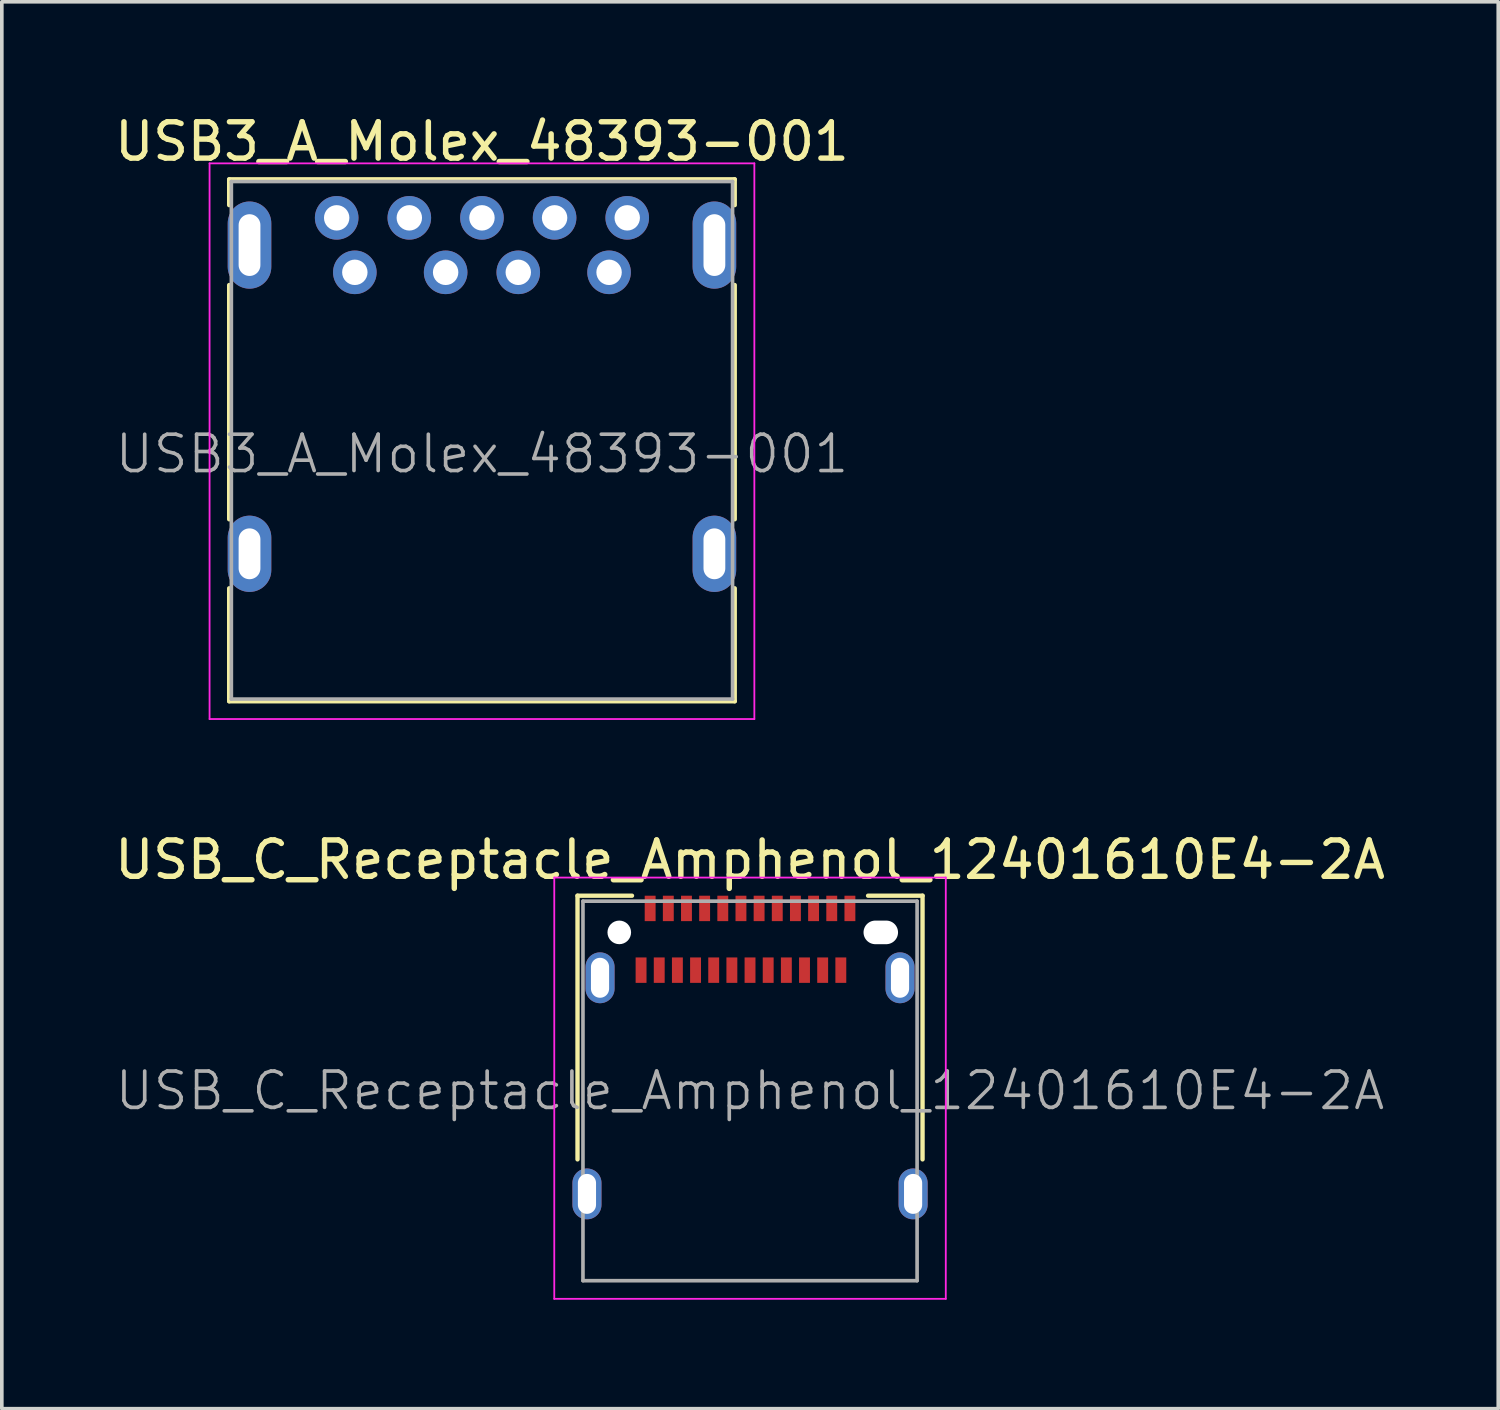
<source format=kicad_pcb>
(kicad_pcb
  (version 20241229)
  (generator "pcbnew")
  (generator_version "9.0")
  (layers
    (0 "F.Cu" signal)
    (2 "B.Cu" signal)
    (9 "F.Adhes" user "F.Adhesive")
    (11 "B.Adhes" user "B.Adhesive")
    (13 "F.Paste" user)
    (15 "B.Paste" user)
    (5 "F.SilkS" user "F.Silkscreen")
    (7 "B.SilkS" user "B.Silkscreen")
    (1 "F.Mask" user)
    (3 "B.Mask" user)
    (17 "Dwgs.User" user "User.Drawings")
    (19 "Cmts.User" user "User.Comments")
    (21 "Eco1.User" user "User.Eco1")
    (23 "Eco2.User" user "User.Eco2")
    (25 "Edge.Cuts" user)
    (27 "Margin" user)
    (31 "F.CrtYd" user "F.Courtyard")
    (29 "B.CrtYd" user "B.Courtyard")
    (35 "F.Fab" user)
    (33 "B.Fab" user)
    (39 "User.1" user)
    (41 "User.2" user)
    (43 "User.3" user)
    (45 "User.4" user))
  (footprint "USB_C_Receptacle_Amphenol_12401610E4-2A"
    (layer "F.Cu")
    (at 17.601 22.622)
    (property "Reference" "USB_C_Receptacle_Amphenol_12401610E4-2A" (at 0 -2 0) (layer "F.SilkS") (effects (font (size 1 1) (thickness 0.15))))
    (attr smd)
    (fp_line (start -4.75 -1.01) (end -4.75 6.25) (stroke (width 0.12) (type solid)) (layer "F.SilkS"))
    (fp_line (start -4.75 -1.01) (end -3.25 -1.01) (stroke (width 0.12) (type solid)) (layer "F.SilkS"))
    (fp_line (start 3.25 -1.01) (end 4.75 -1.01) (stroke (width 0.12) (type solid)) (layer "F.SilkS"))
    (fp_line (start 4.75 -1.01) (end 4.75 6.25) (stroke (width 0.12) (type solid)) (layer "F.SilkS"))
    (fp_line (start -5.39 -1.51) (end 5.39 -1.51) (stroke (width 0.05) (type solid)) (layer "F.CrtYd"))
    (fp_line (start -5.39 10.09) (end -5.39 -1.51) (stroke (width 0.05) (type solid)) (layer "F.CrtYd"))
    (fp_line (start 5.39 -1.51) (end 5.39 10.09) (stroke (width 0.05) (type solid)) (layer "F.CrtYd"))
    (fp_line (start 5.39 10.09) (end -5.39 10.09) (stroke (width 0.05) (type solid)) (layer "F.CrtYd"))
    (fp_line (start -4.6 -0.86) (end 4.6 -0.86) (stroke (width 0.1) (type solid)) (layer "F.Fab"))
    (fp_line (start -4.6 9.59) (end -4.6 -0.86) (stroke (width 0.1) (type solid)) (layer "F.Fab"))
    (fp_line (start -4.6 9.59) (end 4.6 9.59) (stroke (width 0.1) (type solid)) (layer "F.Fab"))
    (fp_line (start 4.6 9.59) (end 4.6 -0.86) (stroke (width 0.1) (type solid)) (layer "F.Fab"))
    (fp_text user "${REFERENCE}" (at 0 4.36 0) (layer "F.Fab") (effects (font (size 1 1) (thickness 0.1))))
    (pad "" np_thru_hole circle (at -3.6 0) (size 0.65 0.65) (drill 0.65) (layers "*.Cu" "*.Mask"))
    (pad "" np_thru_hole oval (at 3.6 0) (size 0.95 0.65) (drill oval 0.95 0.65) (layers "*.Cu" "*.Mask"))
    (pad "A1" smd rect (at -2.75 -0.66) (size 0.3 0.7) (layers "F.Cu" "F.Mask" "F.Paste"))
    (pad "A2" smd rect (at -2.25 -0.66) (size 0.3 0.7) (layers "F.Cu" "F.Mask" "F.Paste"))
    (pad "A3" smd rect (at -1.75 -0.66) (size 0.3 0.7) (layers "F.Cu" "F.Mask" "F.Paste"))
    (pad "A4" smd rect (at -1.25 -0.66) (size 0.3 0.7) (layers "F.Cu" "F.Mask" "F.Paste"))
    (pad "A5" smd rect (at -0.75 -0.66) (size 0.3 0.7) (layers "F.Cu" "F.Mask" "F.Paste"))
    (pad "A6" smd rect (at -0.25 -0.66) (size 0.3 0.7) (layers "F.Cu" "F.Mask" "F.Paste"))
    (pad "A7" smd rect (at 0.25 -0.66) (size 0.3 0.7) (layers "F.Cu" "F.Mask" "F.Paste"))
    (pad "A8" smd rect (at 0.75 -0.66) (size 0.3 0.7) (layers "F.Cu" "F.Mask" "F.Paste"))
    (pad "A9" smd rect (at 1.25 -0.66) (size 0.3 0.7) (layers "F.Cu" "F.Mask" "F.Paste"))
    (pad "A10" smd rect (at 1.75 -0.66) (size 0.3 0.7) (layers "F.Cu" "F.Mask" "F.Paste"))
    (pad "A11" smd rect (at 2.25 -0.66) (size 0.3 0.7) (layers "F.Cu" "F.Mask" "F.Paste"))
    (pad "A12" smd rect (at 2.75 -0.66) (size 0.3 0.7) (layers "F.Cu" "F.Mask" "F.Paste"))
    (pad "B1" smd rect (at 2.5 1.04) (size 0.3 0.7) (layers "F.Cu" "F.Mask" "F.Paste"))
    (pad "B2" smd rect (at 2 1.04) (size 0.3 0.7) (layers "F.Cu" "F.Mask" "F.Paste"))
    (pad "B3" smd rect (at 1.5 1.04) (size 0.3 0.7) (layers "F.Cu" "F.Mask" "F.Paste"))
    (pad "B4" smd rect (at 1 1.04) (size 0.3 0.7) (layers "F.Cu" "F.Mask" "F.Paste"))
    (pad "B5" smd rect (at 0.5 1.04) (size 0.3 0.7) (layers "F.Cu" "F.Mask" "F.Paste"))
    (pad "B6" smd rect (at 0 1.04) (size 0.3 0.7) (layers "F.Cu" "F.Mask" "F.Paste"))
    (pad "B7" smd rect (at -0.5 1.04) (size 0.3 0.7) (layers "F.Cu" "F.Mask" "F.Paste"))
    (pad "B8" smd rect (at -1 1.04) (size 0.3 0.7) (layers "F.Cu" "F.Mask" "F.Paste"))
    (pad "B9" smd rect (at -1.5 1.04) (size 0.3 0.7) (layers "F.Cu" "F.Mask" "F.Paste"))
    (pad "B10" smd rect (at -2 1.04) (size 0.3 0.7) (layers "F.Cu" "F.Mask" "F.Paste"))
    (pad "B11" smd rect (at -2.5 1.04) (size 0.3 0.7) (layers "F.Cu" "F.Mask" "F.Paste"))
    (pad "B12" smd rect (at -3 1.04) (size 0.3 0.7) (layers "F.Cu" "F.Mask" "F.Paste"))
    (pad "S1" thru_hole oval (at -4.49 7.2) (size 0.8 1.4) (drill oval 0.5 1.1) (layers "*.Cu" "*.Mask"))
    (pad "S1" thru_hole oval (at -4.13 1.25) (size 0.8 1.4) (drill oval 0.5 1.1) (layers "*.Cu" "*.Mask"))
    (pad "S1" thru_hole oval (at 4.13 1.25) (size 0.8 1.4) (drill oval 0.5 1.1) (layers "*.Cu" "*.Mask"))
    (pad "S1" thru_hole oval (at 4.49 7.2) (size 0.8 1.4) (drill oval 0.5 1.1) (layers "*.Cu" "*.Mask")))
  (footprint "USB3_A_Molex_48393-001"
    (layer "F.Cu")
    (at 6.72 4.448)
    (property "Reference" "USB3_A_Molex_48393-001" (at 3.5 -3.6 0) (layer "F.SilkS") (effects (font (size 1 1) (thickness 0.15))))
    (attr through_hole)
    (fp_line (start -3.46 -2.56) (end -3.46 -1.85) (stroke (width 0.12) (type solid)) (layer "F.SilkS"))
    (fp_line (start -3.46 -2.56) (end 10.46 -2.56) (stroke (width 0.12) (type solid)) (layer "F.SilkS"))
    (fp_line (start -3.46 6.8) (end -3.46 0.35) (stroke (width 0.12) (type solid)) (layer "F.SilkS"))
    (fp_line (start -3.46 11.81) (end -3.46 8.7) (stroke (width 0.12) (type solid)) (layer "F.SilkS"))
    (fp_line (start -3.46 11.81) (end 10.46 11.81) (stroke (width 0.12) (type solid)) (layer "F.SilkS"))
    (fp_line (start 10.46 -2.56) (end 10.46 -1.85) (stroke (width 0.12) (type solid)) (layer "F.SilkS"))
    (fp_line (start 10.46 6.8) (end 10.46 0.35) (stroke (width 0.12) (type solid)) (layer "F.SilkS"))
    (fp_line (start 10.46 11.81) (end 10.46 8.7) (stroke (width 0.12) (type solid)) (layer "F.SilkS"))
    (fp_line (start -4 -3) (end 11 -3) (stroke (width 0.05) (type solid)) (layer "F.CrtYd"))
    (fp_line (start -4 12.3) (end -4 -3) (stroke (width 0.05) (type solid)) (layer "F.CrtYd"))
    (fp_line (start 11 -3) (end 11 12.3) (stroke (width 0.05) (type solid)) (layer "F.CrtYd"))
    (fp_line (start 11 12.3) (end -4 12.3) (stroke (width 0.05) (type solid)) (layer "F.CrtYd"))
    (fp_line (start -3.4 -2.5) (end 10.4 -2.5) (stroke (width 0.1) (type solid)) (layer "F.Fab"))
    (fp_line (start -3.4 11.75) (end -3.4 -2.5) (stroke (width 0.1) (type solid)) (layer "F.Fab"))
    (fp_line (start 10.4 -2.5) (end 10.4 11.75) (stroke (width 0.1) (type solid)) (layer "F.Fab"))
    (fp_line (start 10.4 11.75) (end -3.4 11.75) (stroke (width 0.1) (type solid)) (layer "F.Fab"))
    (fp_text user "${REFERENCE}" (at 3.5 5 0) (layer "F.Fab") (effects (font (size 1 1) (thickness 0.1))))
    (pad "1" thru_hole circle (at 0 0) (size 1.2 1.2) (drill 0.7) (layers "*.Cu" "*.Mask"))
    (pad "2" thru_hole circle (at 2.5 0) (size 1.2 1.2) (drill 0.7) (layers "*.Cu" "*.Mask"))
    (pad "3" thru_hole circle (at 4.5 0) (size 1.2 1.2) (drill 0.7) (layers "*.Cu" "*.Mask"))
    (pad "4" thru_hole circle (at 7 0) (size 1.2 1.2) (drill 0.7) (layers "*.Cu" "*.Mask"))
    (pad "5" thru_hole circle (at 7.5 -1.5) (size 1.2 1.2) (drill 0.7) (layers "*.Cu" "*.Mask"))
    (pad "6" thru_hole circle (at 5.5 -1.5) (size 1.2 1.2) (drill 0.7) (layers "*.Cu" "*.Mask"))
    (pad "7" thru_hole circle (at 3.5 -1.5) (size 1.2 1.2) (drill 0.7) (layers "*.Cu" "*.Mask"))
    (pad "8" thru_hole circle (at 1.5 -1.5) (size 1.2 1.2) (drill 0.7) (layers "*.Cu" "*.Mask"))
    (pad "9" thru_hole circle (at -0.5 -1.5) (size 1.2 1.2) (drill 0.7) (layers "*.Cu" "*.Mask"))
    (pad "10" thru_hole oval (at -2.9 -0.75) (size 1.2 2.4) (drill oval 0.6 1.7) (layers "*.Cu" "*.Mask"))
    (pad "10" thru_hole oval (at -2.9 7.75) (size 1.2 2.1) (drill oval 0.6 1.4) (layers "*.Cu" "*.Mask"))
    (pad "10" thru_hole oval (at 9.9 -0.75) (size 1.2 2.4) (drill oval 0.6 1.7) (layers "*.Cu" "*.Mask"))
    (pad "10" thru_hole oval (at 9.9 7.75) (size 1.2 2.1) (drill oval 0.6 1.4) (layers "*.Cu" "*.Mask")))
  (gr_rect
    (start -3 -3)
    (end 38.202 35.736)
    (stroke (width 0.1) (type default))
    (fill no)
    (layer "Edge.Cuts")))
</source>
